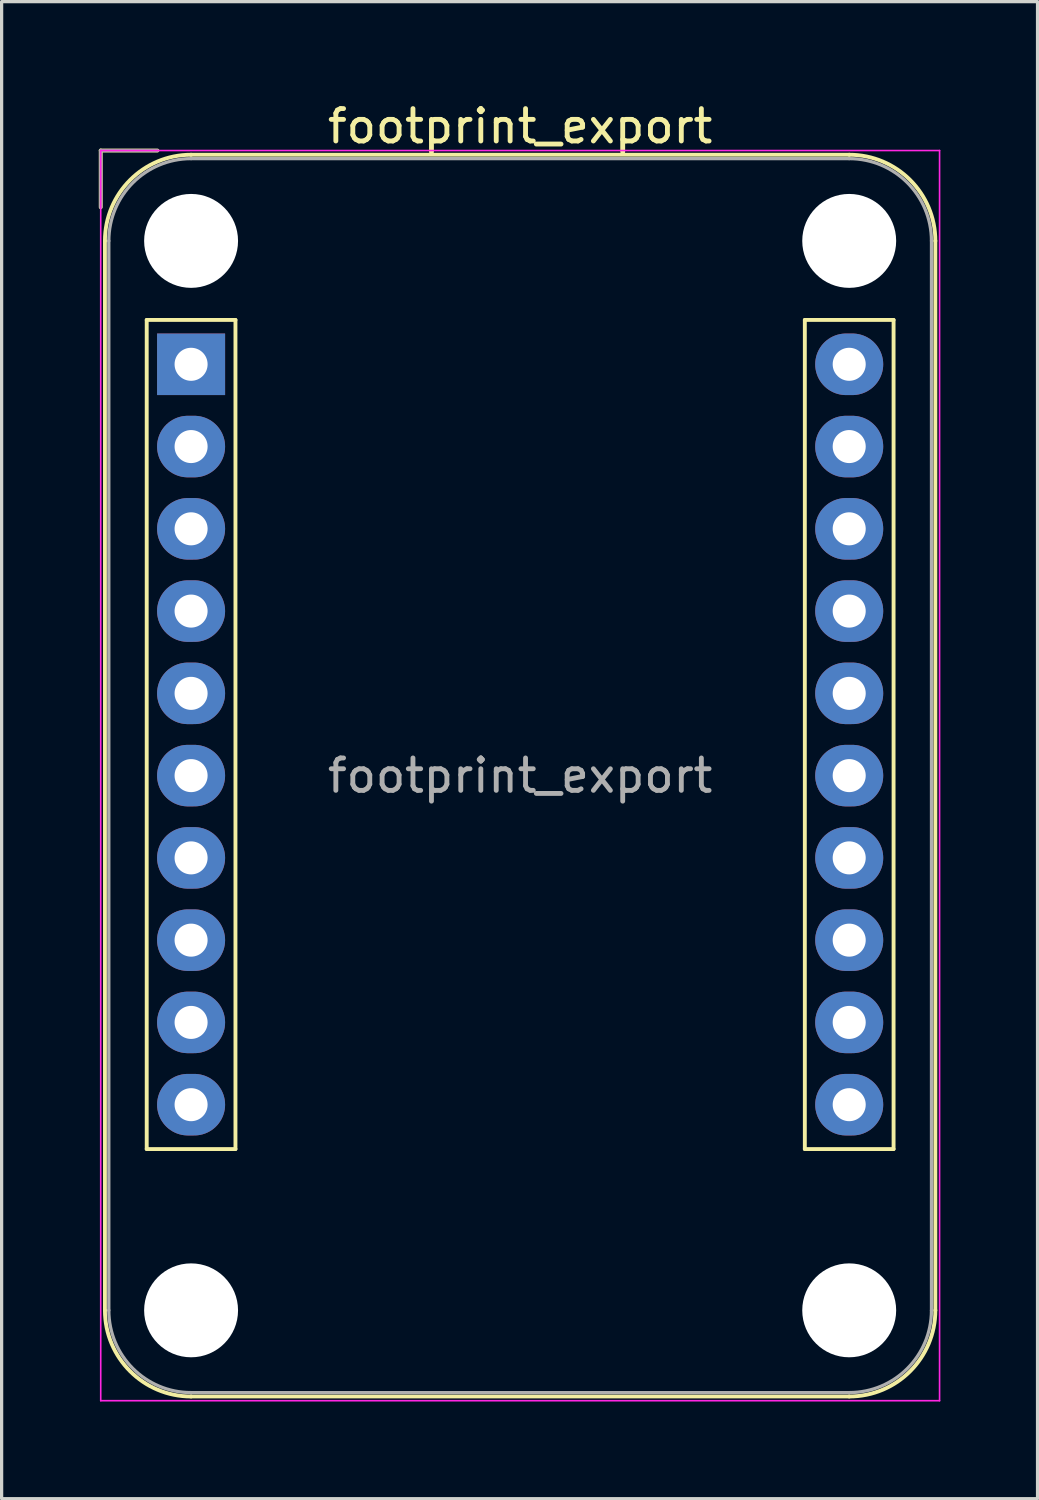
<source format=kicad_pcb>
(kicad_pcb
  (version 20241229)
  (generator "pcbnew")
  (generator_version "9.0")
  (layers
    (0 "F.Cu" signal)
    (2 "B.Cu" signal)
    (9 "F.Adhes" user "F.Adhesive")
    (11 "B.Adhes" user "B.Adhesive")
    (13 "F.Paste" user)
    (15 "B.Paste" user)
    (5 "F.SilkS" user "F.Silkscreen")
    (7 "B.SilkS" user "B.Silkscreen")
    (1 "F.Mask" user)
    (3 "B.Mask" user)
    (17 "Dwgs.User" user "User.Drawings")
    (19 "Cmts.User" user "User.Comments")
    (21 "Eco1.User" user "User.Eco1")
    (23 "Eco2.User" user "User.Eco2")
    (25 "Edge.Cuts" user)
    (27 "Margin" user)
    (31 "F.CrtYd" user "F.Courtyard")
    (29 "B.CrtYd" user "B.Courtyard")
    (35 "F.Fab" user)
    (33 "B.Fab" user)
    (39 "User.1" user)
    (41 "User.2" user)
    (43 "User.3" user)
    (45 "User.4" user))
  (footprint "footprint_export"
    (layer "F.Cu")
    (at 2.85 8.198)
    (property "Reference" "footprint_export" (at 10.16 -7.35 0) (layer "F.SilkS") (effects (font (size 1 1) (thickness 0.15))))
    (attr through_hole)
    (fp_line (start -2.79 -6.6) (end -1.04 -6.6) (stroke (width 0.12) (type solid)) (layer "F.SilkS"))
    (fp_line (start -2.79 -4.85) (end -2.79 -6.6) (stroke (width 0.12) (type solid)) (layer "F.SilkS"))
    (fp_line (start -2.66 -3.81) (end -2.66 29.21) (stroke (width 0.12) (type solid)) (layer "F.SilkS"))
    (fp_line (start -1.37 -1.37) (end -1.37 24.23) (stroke (width 0.12) (type solid)) (layer "F.SilkS"))
    (fp_line (start -1.37 24.23) (end 1.37 24.23) (stroke (width 0.12) (type solid)) (layer "F.SilkS"))
    (fp_line (start 0 -6.47) (end 20.32 -6.47) (stroke (width 0.12) (type solid)) (layer "F.SilkS"))
    (fp_line (start 0 31.87) (end 20.32 31.87) (stroke (width 0.12) (type solid)) (layer "F.SilkS"))
    (fp_line (start 1.37 -1.37) (end -1.37 -1.37) (stroke (width 0.12) (type solid)) (layer "F.SilkS"))
    (fp_line (start 1.37 24.23) (end 1.37 -1.37) (stroke (width 0.12) (type solid)) (layer "F.SilkS"))
    (fp_line (start 18.95 -1.37) (end 18.95 24.23) (stroke (width 0.12) (type solid)) (layer "F.SilkS"))
    (fp_line (start 18.95 24.23) (end 21.69 24.23) (stroke (width 0.12) (type solid)) (layer "F.SilkS"))
    (fp_line (start 21.69 -1.37) (end 18.95 -1.37) (stroke (width 0.12) (type solid)) (layer "F.SilkS"))
    (fp_line (start 21.69 24.23) (end 21.69 -1.37) (stroke (width 0.12) (type solid)) (layer "F.SilkS"))
    (fp_line (start 22.98 -3.81) (end 22.98 29.21) (stroke (width 0.12) (type solid)) (layer "F.SilkS"))
    (fp_arc (start -2.66 -3.81) (mid -1.880904 -5.690904) (end 0 -6.47) (stroke (width 0.12) (type solid)) (layer "F.SilkS"))
    (fp_arc (start 0 31.87) (mid -1.880904 31.090904) (end -2.66 29.21) (stroke (width 0.12) (type solid)) (layer "F.SilkS"))
    (fp_arc (start 20.32 -6.47) (mid 22.200904 -5.690904) (end 22.98 -3.81) (stroke (width 0.12) (type solid)) (layer "F.SilkS"))
    (fp_arc (start 22.98 29.21) (mid 22.200904 31.090904) (end 20.32 31.87) (stroke (width 0.12) (type solid)) (layer "F.SilkS"))
    (fp_line (start -2.79 -6.6) (end -2.79 32) (stroke (width 0.05) (type solid)) (layer "F.CrtYd"))
    (fp_line (start -2.79 32) (end 23.11 32) (stroke (width 0.05) (type solid)) (layer "F.CrtYd"))
    (fp_line (start 23.11 -6.6) (end -2.79 -6.6) (stroke (width 0.05) (type solid)) (layer "F.CrtYd"))
    (fp_line (start 23.11 32) (end 23.11 -6.6) (stroke (width 0.05) (type solid)) (layer "F.CrtYd"))
    (fp_line (start -2.79 -6.6) (end -1.04 -6.6) (stroke (width 0.1) (type solid)) (layer "F.Fab"))
    (fp_line (start -2.79 -4.85) (end -2.79 -6.6) (stroke (width 0.1) (type solid)) (layer "F.Fab"))
    (fp_line (start -2.54 -3.81) (end -2.54 29.21) (stroke (width 0.1) (type solid)) (layer "F.Fab"))
    (fp_line (start 0 -6.35) (end 20.32 -6.35) (stroke (width 0.1) (type solid)) (layer "F.Fab"))
    (fp_line (start 0 31.75) (end 20.32 31.75) (stroke (width 0.1) (type solid)) (layer "F.Fab"))
    (fp_line (start 22.86 -3.81) (end 22.86 29.21) (stroke (width 0.1) (type solid)) (layer "F.Fab"))
    (fp_arc (start -2.54 -3.81) (mid -1.796051 -5.606051) (end 0 -6.35) (stroke (width 0.1) (type solid)) (layer "F.Fab"))
    (fp_arc (start 0 31.75) (mid -1.796051 31.006051) (end -2.54 29.21) (stroke (width 0.1) (type solid)) (layer "F.Fab"))
    (fp_arc (start 20.32 -6.35) (mid 22.116051 -5.606051) (end 22.86 -3.81) (stroke (width 0.1) (type solid)) (layer "F.Fab"))
    (fp_arc (start 22.86 29.21) (mid 22.116051 31.006051) (end 20.32 31.75) (stroke (width 0.1) (type solid)) (layer "F.Fab"))
    (fp_text user "${REFERENCE}" (at 10.16 12.7 0) (layer "F.Fab") (effects (font (size 1 1) (thickness 0.15))))
    (pad "" np_thru_hole circle (at 0 -3.81) (size 2.9 2.9) (drill 2.9) (layers "*.Cu" "*.Mask"))
    (pad "" np_thru_hole circle (at 0 29.21) (size 2.9 2.9) (drill 2.9) (layers "*.Cu" "*.Mask"))
    (pad "" np_thru_hole circle (at 20.32 -3.81) (size 2.9 2.9) (drill 2.9) (layers "*.Cu" "*.Mask"))
    (pad "" np_thru_hole circle (at 20.32 29.21) (size 2.9 2.9) (drill 2.9) (layers "*.Cu" "*.Mask"))
    (pad "1" thru_hole rect (at 0 0) (size 2.1 1.9) (drill 1.02) (layers "*.Cu" "*.Mask"))
    (pad "2" thru_hole oval (at 0 2.54) (size 2.1 1.9) (drill 1.02) (layers "*.Cu" "*.Mask"))
    (pad "3" thru_hole oval (at 0 5.08) (size 2.1 1.9) (drill 1.02) (layers "*.Cu" "*.Mask"))
    (pad "4" thru_hole oval (at 0 7.62) (size 2.1 1.9) (drill 1.02) (layers "*.Cu" "*.Mask"))
    (pad "5" thru_hole oval (at 0 10.16) (size 2.1 1.9) (drill 1.02) (layers "*.Cu" "*.Mask"))
    (pad "6" thru_hole oval (at 0 12.7) (size 2.1 1.9) (drill 1.02) (layers "*.Cu" "*.Mask"))
    (pad "7" thru_hole oval (at 0 15.24) (size 2.1 1.9) (drill 1.02) (layers "*.Cu" "*.Mask"))
    (pad "8" thru_hole oval (at 0 17.78) (size 2.1 1.9) (drill 1.02) (layers "*.Cu" "*.Mask"))
    (pad "9" thru_hole oval (at 0 20.32) (size 2.1 1.9) (drill 1.02) (layers "*.Cu" "*.Mask"))
    (pad "10" thru_hole oval (at 0 22.86) (size 2.1 1.9) (drill 1.02) (layers "*.Cu" "*.Mask"))
    (pad "11" thru_hole oval (at 20.32 22.86) (size 2.1 1.9) (drill 1.02) (layers "*.Cu" "*.Mask"))
    (pad "12" thru_hole oval (at 20.32 20.32) (size 2.1 1.9) (drill 1.02) (layers "*.Cu" "*.Mask"))
    (pad "13" thru_hole oval (at 20.32 17.78) (size 2.1 1.9) (drill 1.02) (layers "*.Cu" "*.Mask"))
    (pad "14" thru_hole oval (at 20.32 15.24) (size 2.1 1.9) (drill 1.02) (layers "*.Cu" "*.Mask"))
    (pad "15" thru_hole oval (at 20.32 12.7) (size 2.1 1.9) (drill 1.02) (layers "*.Cu" "*.Mask"))
    (pad "16" thru_hole oval (at 20.32 10.16) (size 2.1 1.9) (drill 1.02) (layers "*.Cu" "*.Mask"))
    (pad "17" thru_hole oval (at 20.32 7.62) (size 2.1 1.9) (drill 1.02) (layers "*.Cu" "*.Mask"))
    (pad "18" thru_hole oval (at 20.32 5.08) (size 2.1 1.9) (drill 1.02) (layers "*.Cu" "*.Mask"))
    (pad "19" thru_hole oval (at 20.32 2.54) (size 2.1 1.9) (drill 1.02) (layers "*.Cu" "*.Mask"))
    (pad "20" thru_hole oval (at 20.32 0) (size 2.1 1.9) (drill 1.02) (layers "*.Cu" "*.Mask")))
  (gr_rect
    (start -3 -3)
    (end 28.985 43.223)
    (stroke (width 0.1) (type default))
    (fill no)
    (layer "Edge.Cuts")))
</source>
